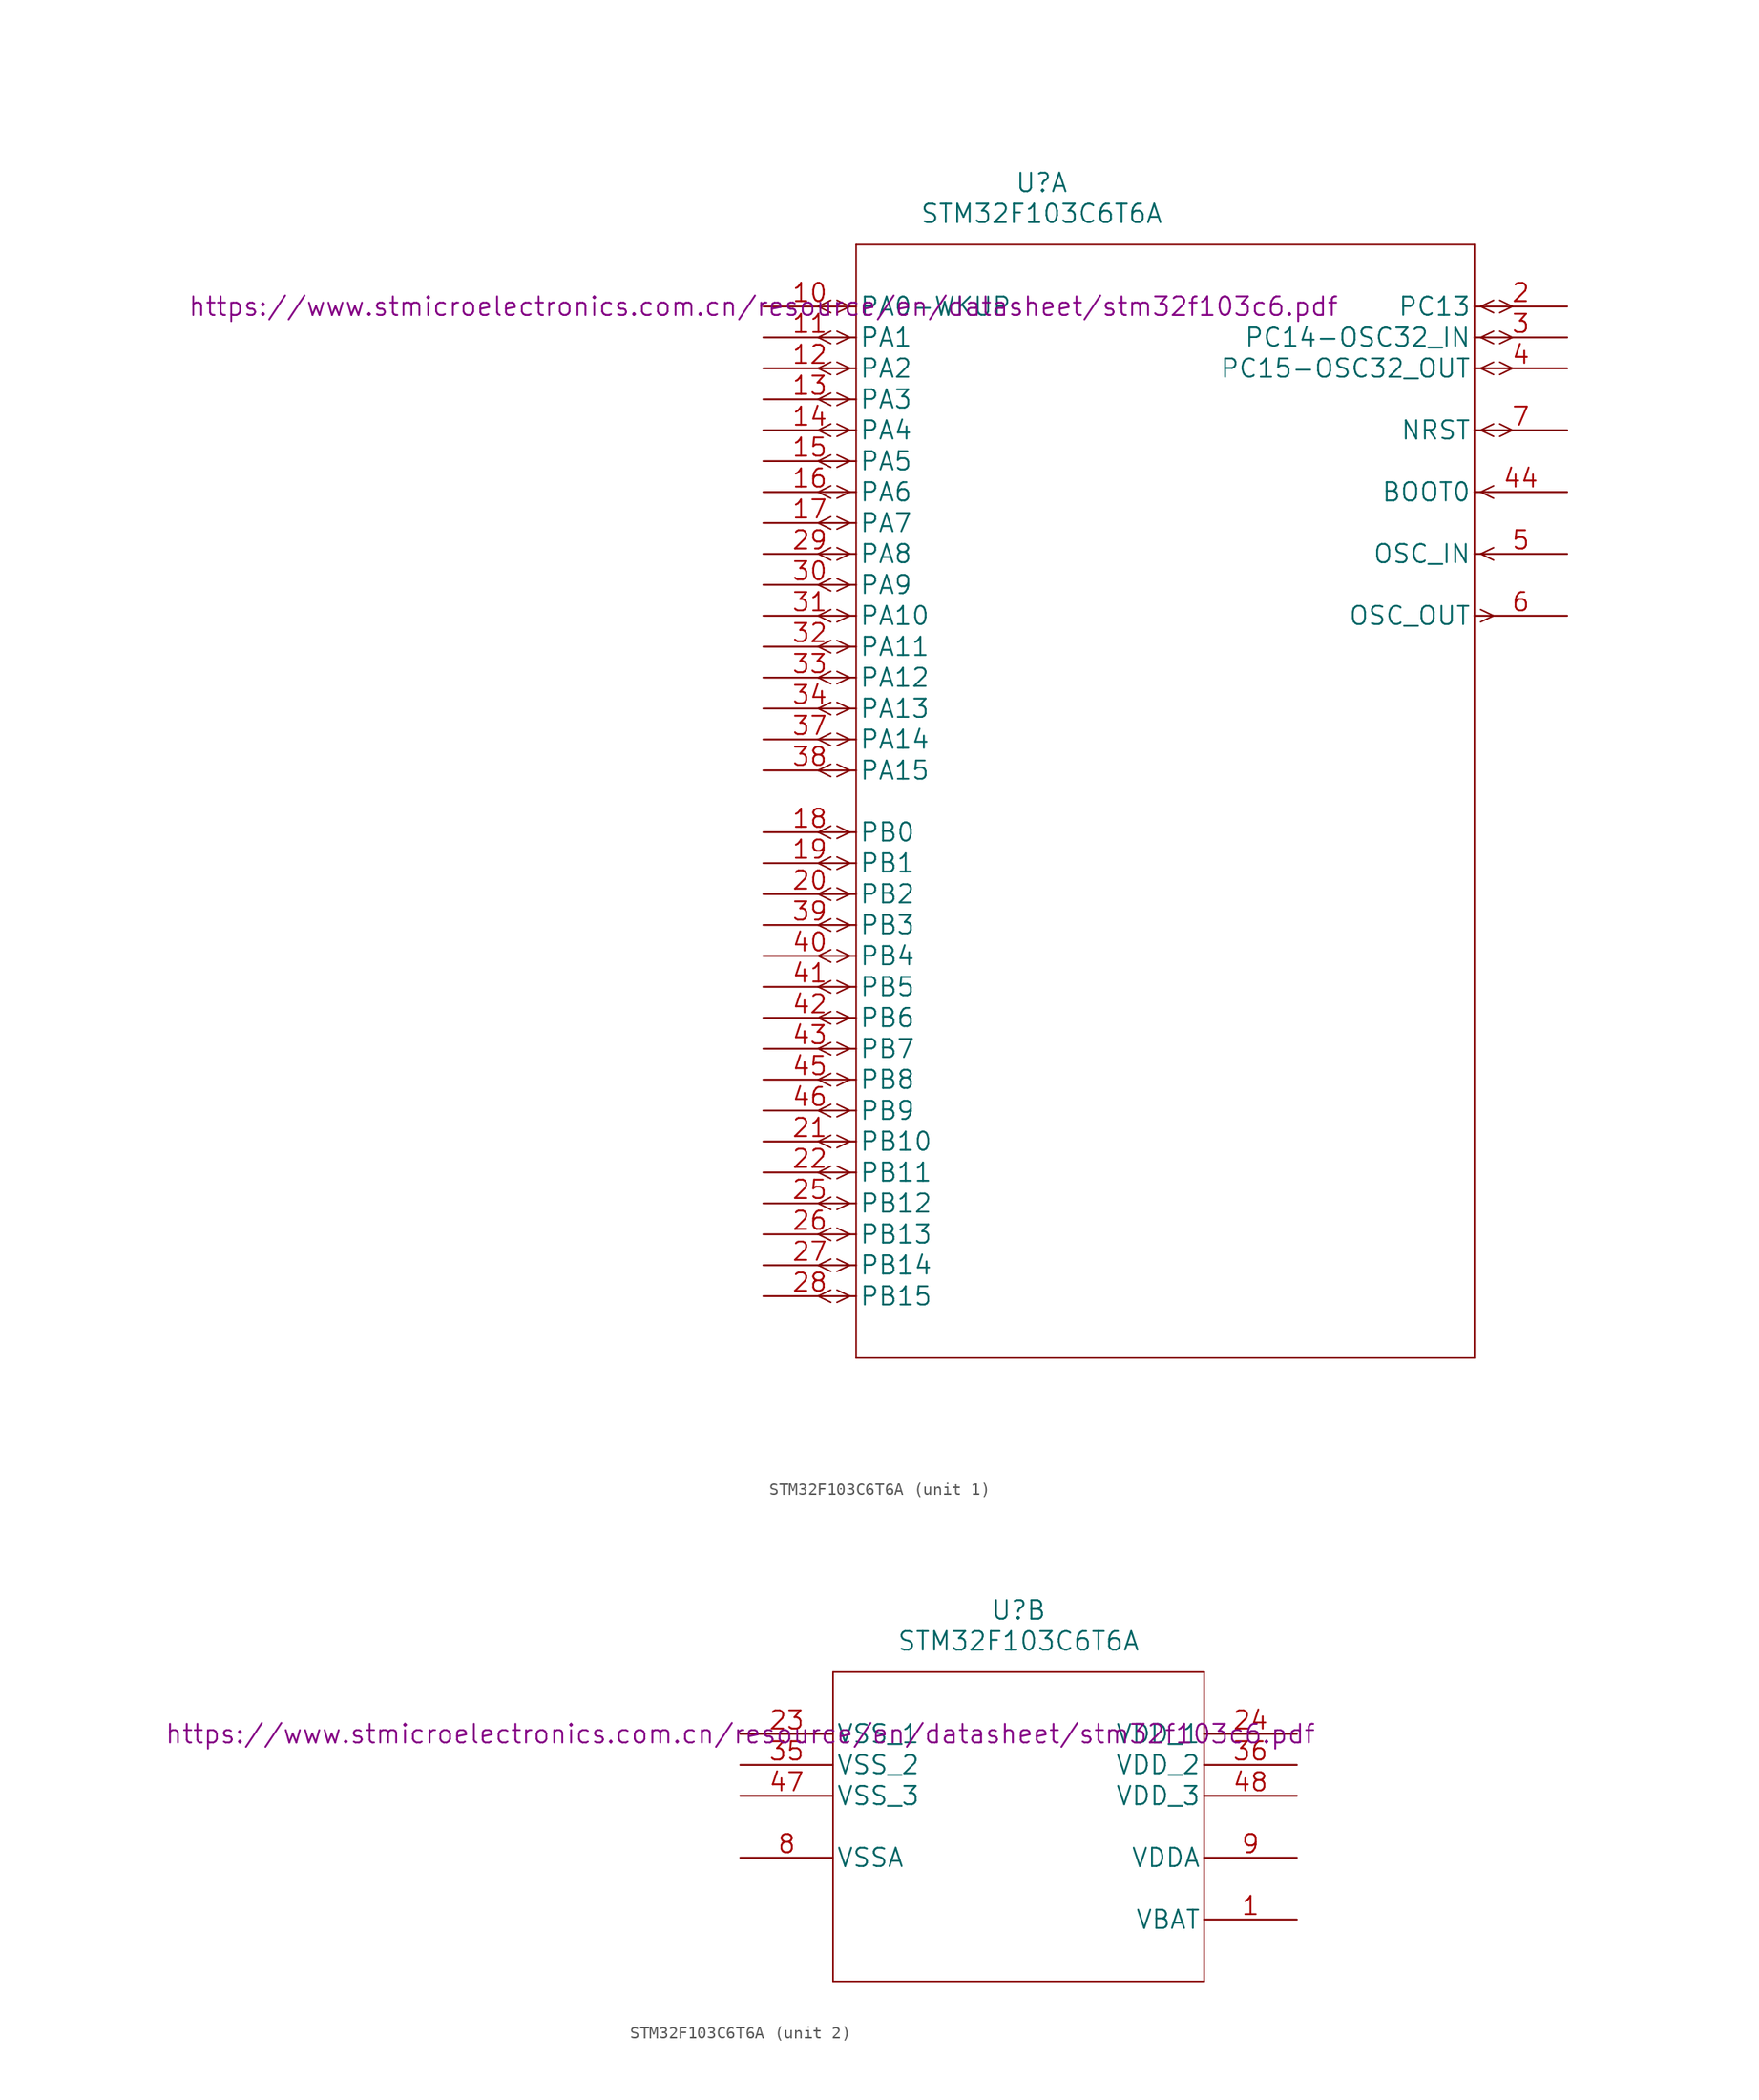
<source format=kicad_sym>
(kicad_symbol_lib
  (version 20211014)
  (generator kicad_symbol_editor)
  (symbol "STM32F103C6T6A"
    (pin_names
      (offset 0.254))
    (property "Reference" "U"
      (at 22.86 10.16 0)
      (effects (font (size 1.524 1.524))))
    (property "Value" "STM32F103C6T6A"
      (at 22.86 7.62 0)
      (effects (font (size 1.524 1.524))))
    (property "Datasheet" "https://www.stmicroelectronics.com.cn/resource/en/datasheet/stm32f103c6.pdf"
      (at 0 0 0)
      (effects (font (size 1.524 1.524))))
    (symbol "STM32F103C6T6A_1_1"
      (polyline (pts (xy 5.537 -81.788) (xy 4.496 -81.28)) (stroke (width 0.127) (type default) (color 0 0 0 0)) (fill (type none)))
      (polyline (pts (xy 5.537 -80.772) (xy 4.496 -81.28)) (stroke (width 0.127) (type default) (color 0 0 0 0)) (fill (type none)))
      (polyline (pts (xy 5.537 -79.248) (xy 4.496 -78.74)) (stroke (width 0.127) (type default) (color 0 0 0 0)) (fill (type none)))
      (polyline (pts (xy 5.537 -78.232) (xy 4.496 -78.74)) (stroke (width 0.127) (type default) (color 0 0 0 0)) (fill (type none)))
      (polyline (pts (xy 5.537 -76.708) (xy 4.496 -76.2)) (stroke (width 0.127) (type default) (color 0 0 0 0)) (fill (type none)))
      (polyline (pts (xy 5.537 -75.692) (xy 4.496 -76.2)) (stroke (width 0.127) (type default) (color 0 0 0 0)) (fill (type none)))
      (polyline (pts (xy 5.537 -74.168) (xy 4.496 -73.66)) (stroke (width 0.127) (type default) (color 0 0 0 0)) (fill (type none)))
      (polyline (pts (xy 5.537 -73.152) (xy 4.496 -73.66)) (stroke (width 0.127) (type default) (color 0 0 0 0)) (fill (type none)))
      (polyline (pts (xy 5.537 -71.628) (xy 4.496 -71.12)) (stroke (width 0.127) (type default) (color 0 0 0 0)) (fill (type none)))
      (polyline (pts (xy 5.537 -70.612) (xy 4.496 -71.12)) (stroke (width 0.127) (type default) (color 0 0 0 0)) (fill (type none)))
      (polyline (pts (xy 5.537 -69.088) (xy 4.496 -68.58)) (stroke (width 0.127) (type default) (color 0 0 0 0)) (fill (type none)))
      (polyline (pts (xy 5.537 -68.072) (xy 4.496 -68.58)) (stroke (width 0.127) (type default) (color 0 0 0 0)) (fill (type none)))
      (polyline (pts (xy 5.537 -66.548) (xy 4.496 -66.04)) (stroke (width 0.127) (type default) (color 0 0 0 0)) (fill (type none)))
      (polyline (pts (xy 5.537 -65.532) (xy 4.496 -66.04)) (stroke (width 0.127) (type default) (color 0 0 0 0)) (fill (type none)))
      (polyline (pts (xy 5.537 -64.008) (xy 4.496 -63.5)) (stroke (width 0.127) (type default) (color 0 0 0 0)) (fill (type none)))
      (polyline (pts (xy 5.537 -62.992) (xy 4.496 -63.5)) (stroke (width 0.127) (type default) (color 0 0 0 0)) (fill (type none)))
      (polyline (pts (xy 5.537 -61.468) (xy 4.496 -60.96)) (stroke (width 0.127) (type default) (color 0 0 0 0)) (fill (type none)))
      (polyline (pts (xy 5.537 -60.452) (xy 4.496 -60.96)) (stroke (width 0.127) (type default) (color 0 0 0 0)) (fill (type none)))
      (polyline (pts (xy 5.537 -58.928) (xy 4.496 -58.42)) (stroke (width 0.127) (type default) (color 0 0 0 0)) (fill (type none)))
      (polyline (pts (xy 5.537 -57.912) (xy 4.496 -58.42)) (stroke (width 0.127) (type default) (color 0 0 0 0)) (fill (type none)))
      (polyline (pts (xy 5.537 -56.388) (xy 4.496 -55.88)) (stroke (width 0.127) (type default) (color 0 0 0 0)) (fill (type none)))
      (polyline (pts (xy 5.537 -55.372) (xy 4.496 -55.88)) (stroke (width 0.127) (type default) (color 0 0 0 0)) (fill (type none)))
      (polyline (pts (xy 5.537 -53.848) (xy 4.496 -53.34)) (stroke (width 0.127) (type default) (color 0 0 0 0)) (fill (type none)))
      (polyline (pts (xy 5.537 -52.832) (xy 4.496 -53.34)) (stroke (width 0.127) (type default) (color 0 0 0 0)) (fill (type none)))
      (polyline (pts (xy 5.537 -51.308) (xy 4.496 -50.8)) (stroke (width 0.127) (type default) (color 0 0 0 0)) (fill (type none)))
      (polyline (pts (xy 5.537 -50.292) (xy 4.496 -50.8)) (stroke (width 0.127) (type default) (color 0 0 0 0)) (fill (type none)))
      (polyline (pts (xy 5.537 -48.768) (xy 4.496 -48.26)) (stroke (width 0.127) (type default) (color 0 0 0 0)) (fill (type none)))
      (polyline (pts (xy 5.537 -47.752) (xy 4.496 -48.26)) (stroke (width 0.127) (type default) (color 0 0 0 0)) (fill (type none)))
      (polyline (pts (xy 5.537 -46.228) (xy 4.496 -45.72)) (stroke (width 0.127) (type default) (color 0 0 0 0)) (fill (type none)))
      (polyline (pts (xy 5.537 -45.212) (xy 4.496 -45.72)) (stroke (width 0.127) (type default) (color 0 0 0 0)) (fill (type none)))
      (polyline (pts (xy 5.537 -43.688) (xy 4.496 -43.18)) (stroke (width 0.127) (type default) (color 0 0 0 0)) (fill (type none)))
      (polyline (pts (xy 5.537 -42.672) (xy 4.496 -43.18)) (stroke (width 0.127) (type default) (color 0 0 0 0)) (fill (type none)))
      (polyline (pts (xy 5.537 -38.608) (xy 4.496 -38.1)) (stroke (width 0.127) (type default) (color 0 0 0 0)) (fill (type none)))
      (polyline (pts (xy 5.537 -37.592) (xy 4.496 -38.1)) (stroke (width 0.127) (type default) (color 0 0 0 0)) (fill (type none)))
      (polyline (pts (xy 5.537 -36.068) (xy 4.496 -35.56)) (stroke (width 0.127) (type default) (color 0 0 0 0)) (fill (type none)))
      (polyline (pts (xy 5.537 -35.052) (xy 4.496 -35.56)) (stroke (width 0.127) (type default) (color 0 0 0 0)) (fill (type none)))
      (polyline (pts (xy 5.537 -33.528) (xy 4.496 -33.02)) (stroke (width 0.127) (type default) (color 0 0 0 0)) (fill (type none)))
      (polyline (pts (xy 5.537 -32.512) (xy 4.496 -33.02)) (stroke (width 0.127) (type default) (color 0 0 0 0)) (fill (type none)))
      (polyline (pts (xy 5.537 -30.988) (xy 4.496 -30.48)) (stroke (width 0.127) (type default) (color 0 0 0 0)) (fill (type none)))
      (polyline (pts (xy 5.537 -29.972) (xy 4.496 -30.48)) (stroke (width 0.127) (type default) (color 0 0 0 0)) (fill (type none)))
      (polyline (pts (xy 5.537 -28.448) (xy 4.496 -27.94)) (stroke (width 0.127) (type default) (color 0 0 0 0)) (fill (type none)))
      (polyline (pts (xy 5.537 -27.432) (xy 4.496 -27.94)) (stroke (width 0.127) (type default) (color 0 0 0 0)) (fill (type none)))
      (polyline (pts (xy 5.537 -25.908) (xy 4.496 -25.4)) (stroke (width 0.127) (type default) (color 0 0 0 0)) (fill (type none)))
      (polyline (pts (xy 5.537 -24.892) (xy 4.496 -25.4)) (stroke (width 0.127) (type default) (color 0 0 0 0)) (fill (type none)))
      (polyline (pts (xy 5.537 -23.368) (xy 4.496 -22.86)) (stroke (width 0.127) (type default) (color 0 0 0 0)) (fill (type none)))
      (polyline (pts (xy 5.537 -22.352) (xy 4.496 -22.86)) (stroke (width 0.127) (type default) (color 0 0 0 0)) (fill (type none)))
      (polyline (pts (xy 5.537 -20.828) (xy 4.496 -20.32)) (stroke (width 0.127) (type default) (color 0 0 0 0)) (fill (type none)))
      (polyline (pts (xy 5.537 -19.812) (xy 4.496 -20.32)) (stroke (width 0.127) (type default) (color 0 0 0 0)) (fill (type none)))
      (polyline (pts (xy 5.537 -18.288) (xy 4.496 -17.78)) (stroke (width 0.127) (type default) (color 0 0 0 0)) (fill (type none)))
      (polyline (pts (xy 5.537 -17.272) (xy 4.496 -17.78)) (stroke (width 0.127) (type default) (color 0 0 0 0)) (fill (type none)))
      (polyline (pts (xy 5.537 -15.748) (xy 4.496 -15.24)) (stroke (width 0.127) (type default) (color 0 0 0 0)) (fill (type none)))
      (polyline (pts (xy 5.537 -14.732) (xy 4.496 -15.24)) (stroke (width 0.127) (type default) (color 0 0 0 0)) (fill (type none)))
      (polyline (pts (xy 5.537 -13.208) (xy 4.496 -12.7)) (stroke (width 0.127) (type default) (color 0 0 0 0)) (fill (type none)))
      (polyline (pts (xy 5.537 -12.192) (xy 4.496 -12.7)) (stroke (width 0.127) (type default) (color 0 0 0 0)) (fill (type none)))
      (polyline (pts (xy 5.537 -10.668) (xy 4.496 -10.16)) (stroke (width 0.127) (type default) (color 0 0 0 0)) (fill (type none)))
      (polyline (pts (xy 5.537 -9.652) (xy 4.496 -10.16)) (stroke (width 0.127) (type default) (color 0 0 0 0)) (fill (type none)))
      (polyline (pts (xy 5.537 -8.128) (xy 4.496 -7.62)) (stroke (width 0.127) (type default) (color 0 0 0 0)) (fill (type none)))
      (polyline (pts (xy 5.537 -7.112) (xy 4.496 -7.62)) (stroke (width 0.127) (type default) (color 0 0 0 0)) (fill (type none)))
      (polyline (pts (xy 5.537 -5.588) (xy 4.496 -5.08)) (stroke (width 0.127) (type default) (color 0 0 0 0)) (fill (type none)))
      (polyline (pts (xy 5.537 -4.572) (xy 4.496 -5.08)) (stroke (width 0.127) (type default) (color 0 0 0 0)) (fill (type none)))
      (polyline (pts (xy 5.537 -3.048) (xy 4.496 -2.54)) (stroke (width 0.127) (type default) (color 0 0 0 0)) (fill (type none)))
      (polyline (pts (xy 5.537 -2.032) (xy 4.496 -2.54)) (stroke (width 0.127) (type default) (color 0 0 0 0)) (fill (type none)))
      (polyline (pts (xy 5.537 -0.508) (xy 4.496 0)) (stroke (width 0.127) (type default) (color 0 0 0 0)) (fill (type none)))
      (polyline (pts (xy 5.537 0.508) (xy 4.496 0)) (stroke (width 0.127) (type default) (color 0 0 0 0)) (fill (type none)))
      (polyline (pts (xy 7.112 -81.28) (xy 6.045 -81.788)) (stroke (width 0.127) (type default) (color 0 0 0 0)) (fill (type none)))
      (polyline (pts (xy 7.112 -81.28) (xy 6.045 -80.772)) (stroke (width 0.127) (type default) (color 0 0 0 0)) (fill (type none)))
      (polyline (pts (xy 7.112 -78.74) (xy 6.045 -79.248)) (stroke (width 0.127) (type default) (color 0 0 0 0)) (fill (type none)))
      (polyline (pts (xy 7.112 -78.74) (xy 6.045 -78.232)) (stroke (width 0.127) (type default) (color 0 0 0 0)) (fill (type none)))
      (polyline (pts (xy 7.112 -76.2) (xy 6.045 -76.708)) (stroke (width 0.127) (type default) (color 0 0 0 0)) (fill (type none)))
      (polyline (pts (xy 7.112 -76.2) (xy 6.045 -75.692)) (stroke (width 0.127) (type default) (color 0 0 0 0)) (fill (type none)))
      (polyline (pts (xy 7.112 -73.66) (xy 6.045 -74.168)) (stroke (width 0.127) (type default) (color 0 0 0 0)) (fill (type none)))
      (polyline (pts (xy 7.112 -73.66) (xy 6.045 -73.152)) (stroke (width 0.127) (type default) (color 0 0 0 0)) (fill (type none)))
      (polyline (pts (xy 7.112 -71.12) (xy 6.045 -71.628)) (stroke (width 0.127) (type default) (color 0 0 0 0)) (fill (type none)))
      (polyline (pts (xy 7.112 -71.12) (xy 6.045 -70.612)) (stroke (width 0.127) (type default) (color 0 0 0 0)) (fill (type none)))
      (polyline (pts (xy 7.112 -68.58) (xy 6.045 -69.088)) (stroke (width 0.127) (type default) (color 0 0 0 0)) (fill (type none)))
      (polyline (pts (xy 7.112 -68.58) (xy 6.045 -68.072)) (stroke (width 0.127) (type default) (color 0 0 0 0)) (fill (type none)))
      (polyline (pts (xy 7.112 -66.04) (xy 6.045 -66.548)) (stroke (width 0.127) (type default) (color 0 0 0 0)) (fill (type none)))
      (polyline (pts (xy 7.112 -66.04) (xy 6.045 -65.532)) (stroke (width 0.127) (type default) (color 0 0 0 0)) (fill (type none)))
      (polyline (pts (xy 7.112 -63.5) (xy 6.045 -64.008)) (stroke (width 0.127) (type default) (color 0 0 0 0)) (fill (type none)))
      (polyline (pts (xy 7.112 -63.5) (xy 6.045 -62.992)) (stroke (width 0.127) (type default) (color 0 0 0 0)) (fill (type none)))
      (polyline (pts (xy 7.112 -60.96) (xy 6.045 -61.468)) (stroke (width 0.127) (type default) (color 0 0 0 0)) (fill (type none)))
      (polyline (pts (xy 7.112 -60.96) (xy 6.045 -60.452)) (stroke (width 0.127) (type default) (color 0 0 0 0)) (fill (type none)))
      (polyline (pts (xy 7.112 -58.42) (xy 6.045 -58.928)) (stroke (width 0.127) (type default) (color 0 0 0 0)) (fill (type none)))
      (polyline (pts (xy 7.112 -58.42) (xy 6.045 -57.912)) (stroke (width 0.127) (type default) (color 0 0 0 0)) (fill (type none)))
      (polyline (pts (xy 7.112 -55.88) (xy 6.045 -56.388)) (stroke (width 0.127) (type default) (color 0 0 0 0)) (fill (type none)))
      (polyline (pts (xy 7.112 -55.88) (xy 6.045 -55.372)) (stroke (width 0.127) (type default) (color 0 0 0 0)) (fill (type none)))
      (polyline (pts (xy 7.112 -53.34) (xy 6.045 -53.848)) (stroke (width 0.127) (type default) (color 0 0 0 0)) (fill (type none)))
      (polyline (pts (xy 7.112 -53.34) (xy 6.045 -52.832)) (stroke (width 0.127) (type default) (color 0 0 0 0)) (fill (type none)))
      (polyline (pts (xy 7.112 -50.8) (xy 6.045 -51.308)) (stroke (width 0.127) (type default) (color 0 0 0 0)) (fill (type none)))
      (polyline (pts (xy 7.112 -50.8) (xy 6.045 -50.292)) (stroke (width 0.127) (type default) (color 0 0 0 0)) (fill (type none)))
      (polyline (pts (xy 7.112 -48.26) (xy 6.045 -48.768)) (stroke (width 0.127) (type default) (color 0 0 0 0)) (fill (type none)))
      (polyline (pts (xy 7.112 -48.26) (xy 6.045 -47.752)) (stroke (width 0.127) (type default) (color 0 0 0 0)) (fill (type none)))
      (polyline (pts (xy 7.112 -45.72) (xy 6.045 -46.228)) (stroke (width 0.127) (type default) (color 0 0 0 0)) (fill (type none)))
      (polyline (pts (xy 7.112 -45.72) (xy 6.045 -45.212)) (stroke (width 0.127) (type default) (color 0 0 0 0)) (fill (type none)))
      (polyline (pts (xy 7.112 -43.18) (xy 6.045 -43.688)) (stroke (width 0.127) (type default) (color 0 0 0 0)) (fill (type none)))
      (polyline (pts (xy 7.112 -43.18) (xy 6.045 -42.672)) (stroke (width 0.127) (type default) (color 0 0 0 0)) (fill (type none)))
      (polyline (pts (xy 7.112 -38.1) (xy 6.045 -38.608)) (stroke (width 0.127) (type default) (color 0 0 0 0)) (fill (type none)))
      (polyline (pts (xy 7.112 -38.1) (xy 6.045 -37.592)) (stroke (width 0.127) (type default) (color 0 0 0 0)) (fill (type none)))
      (polyline (pts (xy 7.112 -35.56) (xy 6.045 -36.068)) (stroke (width 0.127) (type default) (color 0 0 0 0)) (fill (type none)))
      (polyline (pts (xy 7.112 -35.56) (xy 6.045 -35.052)) (stroke (width 0.127) (type default) (color 0 0 0 0)) (fill (type none)))
      (polyline (pts (xy 7.112 -33.02) (xy 6.045 -33.528)) (stroke (width 0.127) (type default) (color 0 0 0 0)) (fill (type none)))
      (polyline (pts (xy 7.112 -33.02) (xy 6.045 -32.512)) (stroke (width 0.127) (type default) (color 0 0 0 0)) (fill (type none)))
      (polyline (pts (xy 7.112 -30.48) (xy 6.045 -30.988)) (stroke (width 0.127) (type default) (color 0 0 0 0)) (fill (type none)))
      (polyline (pts (xy 7.112 -30.48) (xy 6.045 -29.972)) (stroke (width 0.127) (type default) (color 0 0 0 0)) (fill (type none)))
      (polyline (pts (xy 7.112 -27.94) (xy 6.045 -28.448)) (stroke (width 0.127) (type default) (color 0 0 0 0)) (fill (type none)))
      (polyline (pts (xy 7.112 -27.94) (xy 6.045 -27.432)) (stroke (width 0.127) (type default) (color 0 0 0 0)) (fill (type none)))
      (polyline (pts (xy 7.112 -25.4) (xy 6.045 -25.908)) (stroke (width 0.127) (type default) (color 0 0 0 0)) (fill (type none)))
      (polyline (pts (xy 7.112 -25.4) (xy 6.045 -24.892)) (stroke (width 0.127) (type default) (color 0 0 0 0)) (fill (type none)))
      (polyline (pts (xy 7.112 -22.86) (xy 6.045 -23.368)) (stroke (width 0.127) (type default) (color 0 0 0 0)) (fill (type none)))
      (polyline (pts (xy 7.112 -22.86) (xy 6.045 -22.352)) (stroke (width 0.127) (type default) (color 0 0 0 0)) (fill (type none)))
      (polyline (pts (xy 7.112 -20.32) (xy 6.045 -20.828)) (stroke (width 0.127) (type default) (color 0 0 0 0)) (fill (type none)))
      (polyline (pts (xy 7.112 -20.32) (xy 6.045 -19.812)) (stroke (width 0.127) (type default) (color 0 0 0 0)) (fill (type none)))
      (polyline (pts (xy 7.112 -17.78) (xy 6.045 -18.288)) (stroke (width 0.127) (type default) (color 0 0 0 0)) (fill (type none)))
      (polyline (pts (xy 7.112 -17.78) (xy 6.045 -17.272)) (stroke (width 0.127) (type default) (color 0 0 0 0)) (fill (type none)))
      (polyline (pts (xy 7.112 -15.24) (xy 6.045 -15.748)) (stroke (width 0.127) (type default) (color 0 0 0 0)) (fill (type none)))
      (polyline (pts (xy 7.112 -15.24) (xy 6.045 -14.732)) (stroke (width 0.127) (type default) (color 0 0 0 0)) (fill (type none)))
      (polyline (pts (xy 7.112 -12.7) (xy 6.045 -13.208)) (stroke (width 0.127) (type default) (color 0 0 0 0)) (fill (type none)))
      (polyline (pts (xy 7.112 -12.7) (xy 6.045 -12.192)) (stroke (width 0.127) (type default) (color 0 0 0 0)) (fill (type none)))
      (polyline (pts (xy 7.112 -10.16) (xy 6.045 -10.668)) (stroke (width 0.127) (type default) (color 0 0 0 0)) (fill (type none)))
      (polyline (pts (xy 7.112 -10.16) (xy 6.045 -9.652)) (stroke (width 0.127) (type default) (color 0 0 0 0)) (fill (type none)))
      (polyline (pts (xy 7.112 -7.62) (xy 6.045 -8.128)) (stroke (width 0.127) (type default) (color 0 0 0 0)) (fill (type none)))
      (polyline (pts (xy 7.112 -7.62) (xy 6.045 -7.112)) (stroke (width 0.127) (type default) (color 0 0 0 0)) (fill (type none)))
      (polyline (pts (xy 7.112 -5.08) (xy 6.045 -5.588)) (stroke (width 0.127) (type default) (color 0 0 0 0)) (fill (type none)))
      (polyline (pts (xy 7.112 -5.08) (xy 6.045 -4.572)) (stroke (width 0.127) (type default) (color 0 0 0 0)) (fill (type none)))
      (polyline (pts (xy 7.112 -2.54) (xy 6.045 -3.048)) (stroke (width 0.127) (type default) (color 0 0 0 0)) (fill (type none)))
      (polyline (pts (xy 7.112 -2.54) (xy 6.045 -2.032)) (stroke (width 0.127) (type default) (color 0 0 0 0)) (fill (type none)))
      (polyline (pts (xy 7.112 0) (xy 6.045 -0.508)) (stroke (width 0.127) (type default) (color 0 0 0 0)) (fill (type none)))
      (polyline (pts (xy 7.112 0) (xy 6.045 0.508)) (stroke (width 0.127) (type default) (color 0 0 0 0)) (fill (type none)))
      (polyline (pts (xy 7.62 -86.36) (xy 58.42 -86.36)) (stroke (width 0.127) (type default) (color 0 0 0 0)) (fill (type none)))
      (polyline (pts (xy 7.62 5.08) (xy 7.62 -86.36)) (stroke (width 0.127) (type default) (color 0 0 0 0)) (fill (type none)))
      (polyline (pts (xy 58.42 -86.36) (xy 58.42 5.08)) (stroke (width 0.127) (type default) (color 0 0 0 0)) (fill (type none)))
      (polyline (pts (xy 58.42 5.08) (xy 7.62 5.08)) (stroke (width 0.127) (type default) (color 0 0 0 0)) (fill (type none)))
      (polyline (pts (xy 58.928 -25.908) (xy 59.995 -25.4)) (stroke (width 0.127) (type default) (color 0 0 0 0)) (fill (type none)))
      (polyline (pts (xy 58.928 -24.892) (xy 59.995 -25.4)) (stroke (width 0.127) (type default) (color 0 0 0 0)) (fill (type none)))
      (polyline (pts (xy 58.928 -20.32) (xy 59.995 -20.828)) (stroke (width 0.127) (type default) (color 0 0 0 0)) (fill (type none)))
      (polyline (pts (xy 58.928 -20.32) (xy 59.995 -19.812)) (stroke (width 0.127) (type default) (color 0 0 0 0)) (fill (type none)))
      (polyline (pts (xy 58.928 -15.24) (xy 59.995 -15.748)) (stroke (width 0.127) (type default) (color 0 0 0 0)) (fill (type none)))
      (polyline (pts (xy 58.928 -15.24) (xy 59.995 -14.732)) (stroke (width 0.127) (type default) (color 0 0 0 0)) (fill (type none)))
      (polyline (pts (xy 58.928 -10.16) (xy 59.995 -10.668)) (stroke (width 0.127) (type default) (color 0 0 0 0)) (fill (type none)))
      (polyline (pts (xy 58.928 -10.16) (xy 59.995 -9.652)) (stroke (width 0.127) (type default) (color 0 0 0 0)) (fill (type none)))
      (polyline (pts (xy 58.928 -5.08) (xy 59.995 -5.588)) (stroke (width 0.127) (type default) (color 0 0 0 0)) (fill (type none)))
      (polyline (pts (xy 58.928 -5.08) (xy 59.995 -4.572)) (stroke (width 0.127) (type default) (color 0 0 0 0)) (fill (type none)))
      (polyline (pts (xy 58.928 -2.54) (xy 59.995 -3.048)) (stroke (width 0.127) (type default) (color 0 0 0 0)) (fill (type none)))
      (polyline (pts (xy 58.928 -2.54) (xy 59.995 -2.032)) (stroke (width 0.127) (type default) (color 0 0 0 0)) (fill (type none)))
      (polyline (pts (xy 58.928 0) (xy 59.995 -0.508)) (stroke (width 0.127) (type default) (color 0 0 0 0)) (fill (type none)))
      (polyline (pts (xy 58.928 0) (xy 59.995 0.508)) (stroke (width 0.127) (type default) (color 0 0 0 0)) (fill (type none)))
      (polyline (pts (xy 60.503 -10.668) (xy 61.544 -10.16)) (stroke (width 0.127) (type default) (color 0 0 0 0)) (fill (type none)))
      (polyline (pts (xy 60.503 -9.652) (xy 61.544 -10.16)) (stroke (width 0.127) (type default) (color 0 0 0 0)) (fill (type none)))
      (polyline (pts (xy 60.503 -5.588) (xy 61.544 -5.08)) (stroke (width 0.127) (type default) (color 0 0 0 0)) (fill (type none)))
      (polyline (pts (xy 60.503 -4.572) (xy 61.544 -5.08)) (stroke (width 0.127) (type default) (color 0 0 0 0)) (fill (type none)))
      (polyline (pts (xy 60.503 -3.048) (xy 61.544 -2.54)) (stroke (width 0.127) (type default) (color 0 0 0 0)) (fill (type none)))
      (polyline (pts (xy 60.503 -2.032) (xy 61.544 -2.54)) (stroke (width 0.127) (type default) (color 0 0 0 0)) (fill (type none)))
      (polyline (pts (xy 60.503 -0.508) (xy 61.544 0)) (stroke (width 0.127) (type default) (color 0 0 0 0)) (fill (type none)))
      (polyline (pts (xy 60.503 0.508) (xy 61.544 0)) (stroke (width 0.127) (type default) (color 0 0 0 0)) (fill (type none)))
      (pin bidirectional line (at 0 0 0) (length 7.62) (name "PA0-WKUP" (effects (font (size 1.499 1.499)))) (number "10" (effects (font (size 1.499 1.499)))))
      (pin bidirectional line (at 0 -2.54 0) (length 7.62) (name "PA1" (effects (font (size 1.499 1.499)))) (number "11" (effects (font (size 1.499 1.499)))))
      (pin bidirectional line (at 0 -5.08 0) (length 7.62) (name "PA2" (effects (font (size 1.499 1.499)))) (number "12" (effects (font (size 1.499 1.499)))))
      (pin bidirectional line (at 0 -7.62 0) (length 7.62) (name "PA3" (effects (font (size 1.499 1.499)))) (number "13" (effects (font (size 1.499 1.499)))))
      (pin bidirectional line (at 0 -10.16 0) (length 7.62) (name "PA4" (effects (font (size 1.499 1.499)))) (number "14" (effects (font (size 1.499 1.499)))))
      (pin bidirectional line (at 0 -12.7 0) (length 7.62) (name "PA5" (effects (font (size 1.499 1.499)))) (number "15" (effects (font (size 1.499 1.499)))))
      (pin bidirectional line (at 0 -15.24 0) (length 7.62) (name "PA6" (effects (font (size 1.499 1.499)))) (number "16" (effects (font (size 1.499 1.499)))))
      (pin bidirectional line (at 0 -17.78 0) (length 7.62) (name "PA7" (effects (font (size 1.499 1.499)))) (number "17" (effects (font (size 1.499 1.499)))))
      (pin bidirectional line (at 0 -43.18 0) (length 7.62) (name "PB0" (effects (font (size 1.499 1.499)))) (number "18" (effects (font (size 1.499 1.499)))))
      (pin bidirectional line (at 0 -45.72 0) (length 7.62) (name "PB1" (effects (font (size 1.499 1.499)))) (number "19" (effects (font (size 1.499 1.499)))))
      (pin bidirectional line (at 66.04 0 180) (length 7.62) (name "PC13" (effects (font (size 1.499 1.499)))) (number "2" (effects (font (size 1.499 1.499)))))
      (pin bidirectional line (at 0 -48.26 0) (length 7.62) (name "PB2" (effects (font (size 1.499 1.499)))) (number "20" (effects (font (size 1.499 1.499)))))
      (pin bidirectional line (at 0 -68.58 0) (length 7.62) (name "PB10" (effects (font (size 1.499 1.499)))) (number "21" (effects (font (size 1.499 1.499)))))
      (pin bidirectional line (at 0 -71.12 0) (length 7.62) (name "PB11" (effects (font (size 1.499 1.499)))) (number "22" (effects (font (size 1.499 1.499)))))
      (pin bidirectional line (at 0 -73.66 0) (length 7.62) (name "PB12" (effects (font (size 1.499 1.499)))) (number "25" (effects (font (size 1.499 1.499)))))
      (pin bidirectional line (at 0 -76.2 0) (length 7.62) (name "PB13" (effects (font (size 1.499 1.499)))) (number "26" (effects (font (size 1.499 1.499)))))
      (pin bidirectional line (at 0 -78.74 0) (length 7.62) (name "PB14" (effects (font (size 1.499 1.499)))) (number "27" (effects (font (size 1.499 1.499)))))
      (pin bidirectional line (at 0 -81.28 0) (length 7.62) (name "PB15" (effects (font (size 1.499 1.499)))) (number "28" (effects (font (size 1.499 1.499)))))
      (pin bidirectional line (at 0 -20.32 0) (length 7.62) (name "PA8" (effects (font (size 1.499 1.499)))) (number "29" (effects (font (size 1.499 1.499)))))
      (pin bidirectional line (at 66.04 -2.54 180) (length 7.62) (name "PC14-OSC32_IN" (effects (font (size 1.499 1.499)))) (number "3" (effects (font (size 1.499 1.499)))))
      (pin bidirectional line (at 0 -22.86 0) (length 7.62) (name "PA9" (effects (font (size 1.499 1.499)))) (number "30" (effects (font (size 1.499 1.499)))))
      (pin bidirectional line (at 0 -25.4 0) (length 7.62) (name "PA10" (effects (font (size 1.499 1.499)))) (number "31" (effects (font (size 1.499 1.499)))))
      (pin bidirectional line (at 0 -27.94 0) (length 7.62) (name "PA11" (effects (font (size 1.499 1.499)))) (number "32" (effects (font (size 1.499 1.499)))))
      (pin bidirectional line (at 0 -30.48 0) (length 7.62) (name "PA12" (effects (font (size 1.499 1.499)))) (number "33" (effects (font (size 1.499 1.499)))))
      (pin bidirectional line (at 0 -33.02 0) (length 7.62) (name "PA13" (effects (font (size 1.499 1.499)))) (number "34" (effects (font (size 1.499 1.499)))))
      (pin bidirectional line (at 0 -35.56 0) (length 7.62) (name "PA14" (effects (font (size 1.499 1.499)))) (number "37" (effects (font (size 1.499 1.499)))))
      (pin bidirectional line (at 0 -38.1 0) (length 7.62) (name "PA15" (effects (font (size 1.499 1.499)))) (number "38" (effects (font (size 1.499 1.499)))))
      (pin bidirectional line (at 0 -50.8 0) (length 7.62) (name "PB3" (effects (font (size 1.499 1.499)))) (number "39" (effects (font (size 1.499 1.499)))))
      (pin bidirectional line (at 66.04 -5.08 180) (length 7.62) (name "PC15-OSC32_OUT" (effects (font (size 1.499 1.499)))) (number "4" (effects (font (size 1.499 1.499)))))
      (pin bidirectional line (at 0 -53.34 0) (length 7.62) (name "PB4" (effects (font (size 1.499 1.499)))) (number "40" (effects (font (size 1.499 1.499)))))
      (pin bidirectional line (at 0 -55.88 0) (length 7.62) (name "PB5" (effects (font (size 1.499 1.499)))) (number "41" (effects (font (size 1.499 1.499)))))
      (pin bidirectional line (at 0 -58.42 0) (length 7.62) (name "PB6" (effects (font (size 1.499 1.499)))) (number "42" (effects (font (size 1.499 1.499)))))
      (pin bidirectional line (at 0 -60.96 0) (length 7.62) (name "PB7" (effects (font (size 1.499 1.499)))) (number "43" (effects (font (size 1.499 1.499)))))
      (pin input line (at 66.04 -15.24 180) (length 7.62) (name "BOOT0" (effects (font (size 1.499 1.499)))) (number "44" (effects (font (size 1.499 1.499)))))
      (pin bidirectional line (at 0 -63.5 0) (length 7.62) (name "PB8" (effects (font (size 1.499 1.499)))) (number "45" (effects (font (size 1.499 1.499)))))
      (pin bidirectional line (at 0 -66.04 0) (length 7.62) (name "PB9" (effects (font (size 1.499 1.499)))) (number "46" (effects (font (size 1.499 1.499)))))
      (pin input line (at 66.04 -20.32 180) (length 7.62) (name "OSC_IN" (effects (font (size 1.499 1.499)))) (number "5" (effects (font (size 1.499 1.499)))))
      (pin output line (at 66.04 -25.4 180) (length 7.62) (name "OSC_OUT" (effects (font (size 1.499 1.499)))) (number "6" (effects (font (size 1.499 1.499)))))
      (pin bidirectional line (at 66.04 -10.16 180) (length 7.62) (name "NRST" (effects (font (size 1.499 1.499)))) (number "7" (effects (font (size 1.499 1.499))))))
    (symbol "STM32F103C6T6A_2_1"
      (polyline (pts (xy 7.62 -20.32) (xy 38.1 -20.32)) (stroke (width 0.127) (type default) (color 0 0 0 0)) (fill (type none)))
      (polyline (pts (xy 7.62 5.08) (xy 7.62 -20.32)) (stroke (width 0.127) (type default) (color 0 0 0 0)) (fill (type none)))
      (polyline (pts (xy 38.1 -20.32) (xy 38.1 5.08)) (stroke (width 0.127) (type default) (color 0 0 0 0)) (fill (type none)))
      (polyline (pts (xy 38.1 5.08) (xy 7.62 5.08)) (stroke (width 0.127) (type default) (color 0 0 0 0)) (fill (type none)))
      (pin power_in line (at 45.72 -15.24 180) (length 7.62) (name "VBAT" (effects (font (size 1.499 1.499)))) (number "1" (effects (font (size 1.499 1.499)))))
      (pin power_in line (at 0 0 0) (length 7.62) (name "VSS_1" (effects (font (size 1.499 1.499)))) (number "23" (effects (font (size 1.499 1.499)))))
      (pin power_in line (at 45.72 0 180) (length 7.62) (name "VDD_1" (effects (font (size 1.499 1.499)))) (number "24" (effects (font (size 1.499 1.499)))))
      (pin power_in line (at 0 -2.54 0) (length 7.62) (name "VSS_2" (effects (font (size 1.499 1.499)))) (number "35" (effects (font (size 1.499 1.499)))))
      (pin power_in line (at 45.72 -2.54 180) (length 7.62) (name "VDD_2" (effects (font (size 1.499 1.499)))) (number "36" (effects (font (size 1.499 1.499)))))
      (pin power_in line (at 0 -5.08 0) (length 7.62) (name "VSS_3" (effects (font (size 1.499 1.499)))) (number "47" (effects (font (size 1.499 1.499)))))
      (pin power_in line (at 45.72 -5.08 180) (length 7.62) (name "VDD_3" (effects (font (size 1.499 1.499)))) (number "48" (effects (font (size 1.499 1.499)))))
      (pin power_in line (at 0 -10.16 0) (length 7.62) (name "VSSA" (effects (font (size 1.499 1.499)))) (number "8" (effects (font (size 1.499 1.499)))))
      (pin power_in line (at 45.72 -10.16 180) (length 7.62) (name "VDDA" (effects (font (size 1.499 1.499)))) (number "9" (effects (font (size 1.499 1.499))))))))
</source>
